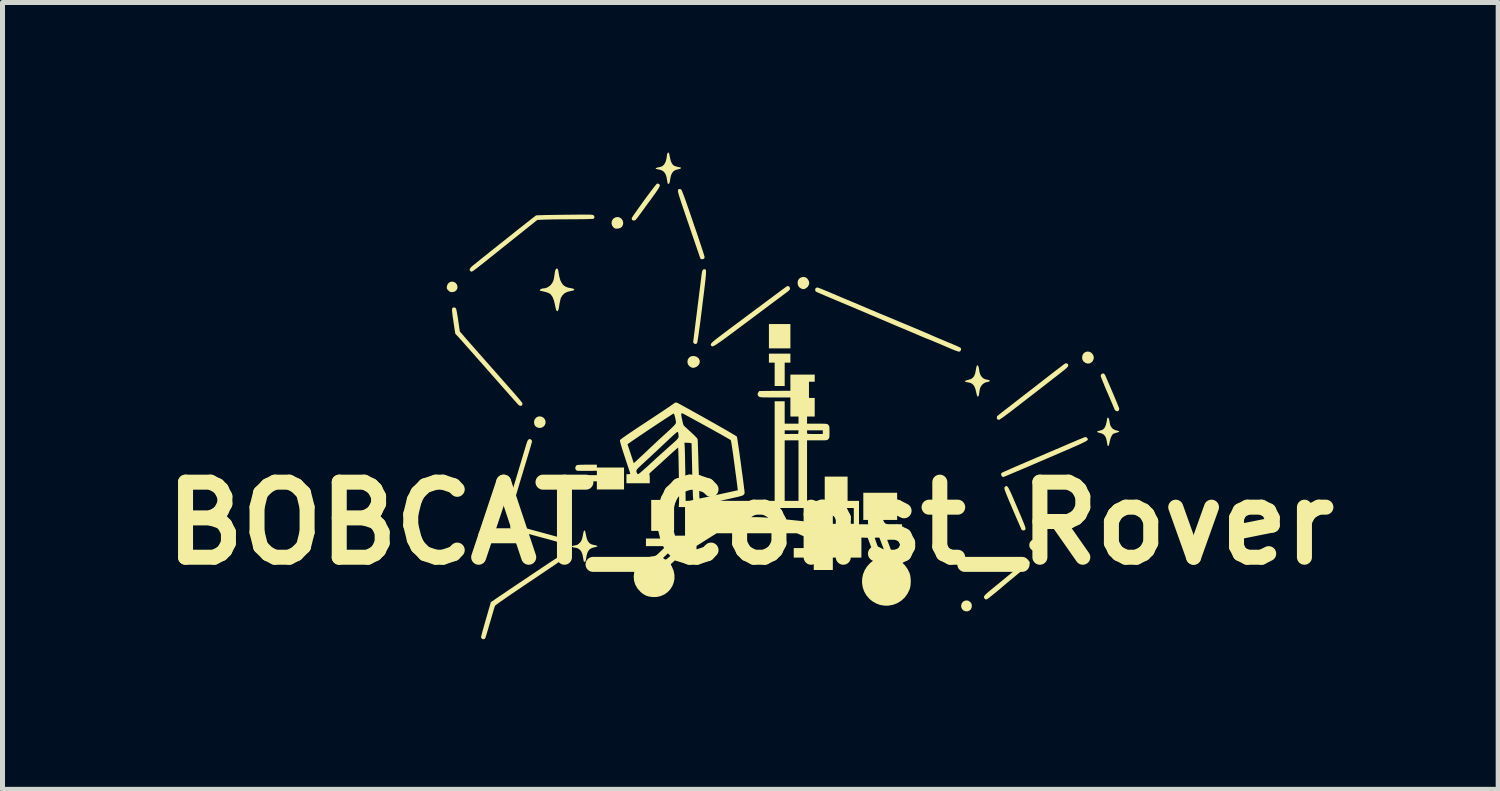
<source format=kicad_pcb>
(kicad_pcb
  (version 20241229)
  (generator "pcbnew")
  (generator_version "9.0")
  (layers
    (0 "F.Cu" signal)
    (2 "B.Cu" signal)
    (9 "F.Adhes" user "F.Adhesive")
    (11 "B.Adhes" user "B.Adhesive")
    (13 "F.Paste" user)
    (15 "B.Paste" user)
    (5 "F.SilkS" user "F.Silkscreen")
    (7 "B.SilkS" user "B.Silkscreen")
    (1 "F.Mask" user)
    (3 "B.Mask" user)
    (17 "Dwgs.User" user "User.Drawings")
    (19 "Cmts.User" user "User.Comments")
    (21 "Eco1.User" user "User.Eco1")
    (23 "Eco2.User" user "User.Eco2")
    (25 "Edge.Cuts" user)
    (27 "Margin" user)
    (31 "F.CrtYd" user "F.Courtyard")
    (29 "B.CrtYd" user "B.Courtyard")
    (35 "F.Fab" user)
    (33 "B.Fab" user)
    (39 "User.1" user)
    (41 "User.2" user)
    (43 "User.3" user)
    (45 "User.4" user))
  (footprint "BOBCAT_Const_Rover"
    (layer "F.Cu")
    (at 11.943 7.406)
    (property "Reference" "BOBCAT_Const_Rover" (at 0 0 0) (layer "F.SilkS") (effects (font (size 1.5 1.5) (thickness 0.3))))
    (attr board_only exclude_from_pos_files exclude_from_bom)
    (fp_poly (pts (xy -1.524 -0.157) (xy -1.524 0.152) (xy -1.752 0.152) (xy -1.981 0.152) (xy -1.981 -0.157) (xy -1.981 -0.467) (xy -1.752 -0.467) (xy -1.524 -0.467)) (stroke (width 0) (type solid)) (fill yes) (layer "F.SilkS"))
    (fp_poly (pts (xy 0.8 -3.738) (xy 0.8 -3.495) (xy 0.586 -3.495) (xy 0.371 -3.495) (xy 0.371 -3.738) (xy 0.371 -3.981) (xy 0.586 -3.981) (xy 0.8 -3.981)) (stroke (width 0) (type solid)) (fill yes) (layer "F.SilkS"))
    (fp_poly (pts (xy 2.933 -0.338) (xy 2.933 -0.067) (xy 2.595 -0.067) (xy 2.257 -0.067) (xy 2.257 -0.338) (xy 2.257 -0.61) (xy 2.595 -0.61) (xy 2.933 -0.61)) (stroke (width 0) (type solid)) (fill yes) (layer "F.SilkS"))
    (fp_poly (pts (xy 0.8 -3.3) (xy 0.8 -3.21) (xy 0.743 -3.21) (xy 0.686 -3.21) (xy 0.686 -2.976) (xy 0.686 -2.743) (xy 0.586 -2.743) (xy 0.486 -2.743) (xy 0.486 -2.976) (xy 0.486 -3.21) (xy 0.429 -3.21) (xy 0.371 -3.21) (xy 0.371 -3.3) (xy 0.371 -3.39) (xy 0.586 -3.39) (xy 0.8 -3.39)) (stroke (width 0) (type solid)) (fill yes) (layer "F.SilkS"))
    (fp_poly (pts (xy 4.362 1.55) (xy 4.394 1.572) (xy 4.417 1.605) (xy 4.425 1.634) (xy 4.423 1.679) (xy 4.407 1.716) (xy 4.379 1.743) (xy 4.343 1.759) (xy 4.303 1.76) (xy 4.261 1.744) (xy 4.261 1.744) (xy 4.231 1.715) (xy 4.214 1.678) (xy 4.212 1.638) (xy 4.225 1.598) (xy 4.247 1.569) (xy 4.284 1.547) (xy 4.323 1.541)) (stroke (width 0) (type solid)) (fill yes) (layer "F.SilkS"))
    (fp_poly (pts (xy -4.161 -2.126) (xy -4.129 -2.105) (xy -4.105 -2.075) (xy -4.092 -2.038) (xy -4.094 -1.995) (xy -4.095 -1.99) (xy -4.115 -1.95) (xy -4.147 -1.922) (xy -4.187 -1.906) (xy -4.23 -1.906) (xy -4.269 -1.92) (xy -4.3 -1.946) (xy -4.318 -1.983) (xy -4.323 -2.025) (xy -4.313 -2.067) (xy -4.302 -2.087) (xy -4.272 -2.118) (xy -4.236 -2.134) (xy -4.198 -2.136)) (stroke (width 0) (type solid)) (fill yes) (layer "F.SilkS"))
    (fp_poly (pts (xy 6.767 -3.429) (xy 6.806 -3.413) (xy 6.83 -3.391) (xy 6.854 -3.353) (xy 6.863 -3.314) (xy 6.857 -3.276) (xy 6.841 -3.241) (xy 6.815 -3.214) (xy 6.782 -3.196) (xy 6.744 -3.191) (xy 6.704 -3.201) (xy 6.689 -3.209) (xy 6.653 -3.238) (xy 6.634 -3.273) (xy 6.629 -3.316) (xy 6.637 -3.36) (xy 6.658 -3.395) (xy 6.69 -3.419) (xy 6.727 -3.431)) (stroke (width 0) (type solid)) (fill yes) (layer "F.SilkS"))
    (fp_poly (pts (xy -2.609 -6.109) (xy -2.576 -6.085) (xy -2.552 -6.051) (xy -2.54 -6.011) (xy -2.544 -5.969) (xy -2.563 -5.929) (xy -2.595 -5.902) (xy -2.64 -5.889) (xy -2.65 -5.888) (xy -2.683 -5.887) (xy -2.704 -5.891) (xy -2.724 -5.903) (xy -2.731 -5.909) (xy -2.76 -5.944) (xy -2.773 -5.985) (xy -2.771 -6.026) (xy -2.755 -6.065) (xy -2.726 -6.096) (xy -2.689 -6.115) (xy -2.647 -6.12)) (stroke (width 0) (type solid)) (fill yes) (layer "F.SilkS"))
    (fp_poly (pts (xy 5.745 0.332) (xy 5.773 0.351) (xy 5.798 0.385) (xy 5.808 0.425) (xy 5.805 0.467) (xy 5.788 0.505) (xy 5.76 0.536) (xy 5.738 0.548) (xy 5.711 0.558) (xy 5.69 0.56) (xy 5.667 0.554) (xy 5.642 0.544) (xy 5.605 0.517) (xy 5.581 0.481) (xy 5.573 0.439) (xy 5.58 0.395) (xy 5.591 0.373) (xy 5.621 0.34) (xy 5.659 0.322) (xy 5.702 0.319)) (stroke (width 0) (type solid)) (fill yes) (layer "F.SilkS"))
    (fp_poly (pts (xy -1.103 -3.338) (xy -1.066 -3.322) (xy -1.035 -3.297) (xy -1.015 -3.262) (xy -1.01 -3.228) (xy -1.018 -3.19) (xy -1.041 -3.154) (xy -1.075 -3.127) (xy -1.103 -3.115) (xy -1.132 -3.107) (xy -1.151 -3.106) (xy -1.17 -3.112) (xy -1.187 -3.118) (xy -1.224 -3.144) (xy -1.248 -3.18) (xy -1.258 -3.223) (xy -1.251 -3.268) (xy -1.243 -3.285) (xy -1.217 -3.317) (xy -1.183 -3.337) (xy -1.143 -3.343)) (stroke (width 0) (type solid)) (fill yes) (layer "F.SilkS"))
    (fp_poly (pts (xy -5.921 -4.822) (xy -5.888 -4.802) (xy -5.862 -4.767) (xy -5.862 -4.766) (xy -5.851 -4.724) (xy -5.857 -4.685) (xy -5.878 -4.652) (xy -5.91 -4.629) (xy -5.953 -4.619) (xy -5.959 -4.619) (xy -5.989 -4.621) (xy -6.011 -4.631) (xy -6.035 -4.653) (xy -6.035 -4.653) (xy -6.056 -4.675) (xy -6.065 -4.693) (xy -6.066 -4.715) (xy -6.064 -4.731) (xy -6.051 -4.773) (xy -6.027 -4.804) (xy -5.995 -4.823) (xy -5.958 -4.829)) (stroke (width 0) (type solid)) (fill yes) (layer "F.SilkS"))
    (fp_poly (pts (xy 1.095 -4.918) (xy 1.132 -4.896) (xy 1.16 -4.858) (xy 1.163 -4.852) (xy 1.174 -4.821) (xy 1.176 -4.796) (xy 1.172 -4.773) (xy 1.151 -4.73) (xy 1.115 -4.698) (xy 1.092 -4.686) (xy 1.072 -4.679) (xy 1.058 -4.678) (xy 1.04 -4.682) (xy 1.019 -4.689) (xy 0.983 -4.71) (xy 0.958 -4.742) (xy 0.946 -4.781) (xy 0.945 -4.822) (xy 0.956 -4.86) (xy 0.981 -4.893) (xy 1.006 -4.909) (xy 1.052 -4.923)) (stroke (width 0) (type solid)) (fill yes) (layer "F.SilkS"))
    (fp_poly (pts (xy 7.059 -2.993) (xy 7.075 -2.981) (xy 7.09 -2.958) (xy 7.093 -2.953) (xy 7.1 -2.937) (xy 7.113 -2.905) (xy 7.133 -2.86) (xy 7.156 -2.805) (xy 7.184 -2.741) (xy 7.214 -2.671) (xy 7.239 -2.613) (xy 7.27 -2.541) (xy 7.298 -2.473) (xy 7.323 -2.412) (xy 7.344 -2.361) (xy 7.36 -2.321) (xy 7.369 -2.294) (xy 7.371 -2.284) (xy 7.364 -2.257) (xy 7.345 -2.241) (xy 7.321 -2.239) (xy 7.296 -2.251) (xy 7.292 -2.256) (xy 7.28 -2.271) (xy 7.276 -2.279) (xy 7.273 -2.288) (xy 7.262 -2.314) (xy 7.246 -2.352) (xy 7.224 -2.403) (xy 7.199 -2.462) (xy 7.17 -2.53) (xy 7.138 -2.603) (xy 7.138 -2.603) (xy 7.106 -2.677) (xy 7.077 -2.746) (xy 7.052 -2.809) (xy 7.03 -2.862) (xy 7.014 -2.904) (xy 7.003 -2.933) (xy 7 -2.946) (xy 7.008 -2.971) (xy 7.028 -2.989) (xy 7.054 -2.994)) (stroke (width 0) (type solid)) (fill yes) (layer "F.SilkS"))
    (fp_poly (pts (xy -1.829 -6.781) (xy -1.816 -6.772) (xy -1.81 -6.76) (xy -1.81 -6.744) (xy -1.818 -6.721) (xy -1.835 -6.691) (xy -1.861 -6.65) (xy -1.896 -6.599) (xy -1.943 -6.534) (xy -1.944 -6.532) (xy -1.989 -6.47) (xy -2.038 -6.404) (xy -2.086 -6.339) (xy -2.13 -6.278) (xy -2.167 -6.227) (xy -2.174 -6.217) (xy -2.207 -6.172) (xy -2.237 -6.132) (xy -2.262 -6.099) (xy -2.28 -6.076) (xy -2.287 -6.067) (xy -2.312 -6.051) (xy -2.338 -6.049) (xy -2.361 -6.06) (xy -2.362 -6.062) (xy -2.37 -6.082) (xy -2.37 -6.098) (xy -2.363 -6.111) (xy -2.346 -6.137) (xy -2.321 -6.174) (xy -2.289 -6.22) (xy -2.251 -6.274) (xy -2.209 -6.333) (xy -2.164 -6.395) (xy -2.118 -6.459) (xy -2.072 -6.522) (xy -2.027 -6.582) (xy -1.985 -6.639) (xy -1.947 -6.688) (xy -1.914 -6.73) (xy -1.889 -6.761) (xy -1.873 -6.781) (xy -1.866 -6.786) (xy -1.844 -6.786)) (stroke (width 0) (type solid)) (fill yes) (layer "F.SilkS"))
    (fp_poly (pts (xy 5.126 -0.742) (xy 5.137 -0.733) (xy 5.149 -0.718) (xy 5.164 -0.693) (xy 5.181 -0.659) (xy 5.203 -0.614) (xy 5.229 -0.556) (xy 5.26 -0.484) (xy 5.297 -0.397) (xy 5.332 -0.315) (xy 5.373 -0.219) (xy 5.408 -0.138) (xy 5.435 -0.072) (xy 5.457 -0.018) (xy 5.474 0.024) (xy 5.486 0.056) (xy 5.493 0.08) (xy 5.498 0.097) (xy 5.499 0.109) (xy 5.498 0.117) (xy 5.497 0.119) (xy 5.481 0.138) (xy 5.459 0.143) (xy 5.435 0.139) (xy 5.422 0.131) (xy 5.416 0.12) (xy 5.404 0.093) (xy 5.386 0.053) (xy 5.363 -0.000156) (xy 5.335 -0.063) (xy 5.304 -0.135) (xy 5.27 -0.214) (xy 5.238 -0.289) (xy 5.197 -0.386) (xy 5.162 -0.467) (xy 5.135 -0.533) (xy 5.113 -0.587) (xy 5.097 -0.629) (xy 5.085 -0.662) (xy 5.079 -0.686) (xy 5.076 -0.703) (xy 5.078 -0.716) (xy 5.082 -0.724) (xy 5.089 -0.731) (xy 5.098 -0.737) (xy 5.107 -0.742) (xy 5.117 -0.744)) (stroke (width 0) (type solid)) (fill yes) (layer "F.SilkS"))
    (fp_poly (pts (xy -3.067 -1.143) (xy -3.067 -1.114) (xy -2.795 -1.114) (xy -2.524 -1.114) (xy -2.524 -0.895) (xy -2.524 -0.676) (xy -2.795 -0.676) (xy -3.067 -0.676) (xy -3.067 -0.758) (xy -3.067 -0.839) (xy -3.26 -0.838) (xy -3.319 -0.837) (xy -3.373 -0.838) (xy -3.417 -0.839) (xy -3.45 -0.84) (xy -3.467 -0.842) (xy -3.468 -0.842) (xy -3.488 -0.86) (xy -3.498 -0.886) (xy -3.495 -0.915) (xy -3.482 -0.94) (xy -3.468 -0.952) (xy -3.451 -0.955) (xy -3.418 -0.958) (xy -3.369 -0.96) (xy -3.308 -0.962) (xy -3.258 -0.962) (xy -3.067 -0.962) (xy -3.067 -1.005) (xy -3.067 -1.049) (xy -3.26 -1.047) (xy -3.319 -1.047) (xy -3.373 -1.047) (xy -3.417 -1.048) (xy -3.45 -1.05) (xy -3.467 -1.052) (xy -3.468 -1.052) (xy -3.488 -1.069) (xy -3.498 -1.096) (xy -3.495 -1.125) (xy -3.482 -1.15) (xy -3.468 -1.161) (xy -3.451 -1.165) (xy -3.418 -1.168) (xy -3.369 -1.17) (xy -3.308 -1.171) (xy -3.258 -1.171) (xy -3.067 -1.171)) (stroke (width 0) (type solid)) (fill yes) (layer "F.SilkS"))
    (fp_poly (pts (xy 7.159 -2.099) (xy 7.169 -2.072) (xy 7.176 -2.036) (xy 7.188 -1.971) (xy 7.211 -1.922) (xy 7.244 -1.886) (xy 7.29 -1.862) (xy 7.317 -1.855) (xy 7.347 -1.847) (xy 7.367 -1.839) (xy 7.372 -1.833) (xy 7.364 -1.827) (xy 7.342 -1.817) (xy 7.317 -1.81) (xy 7.285 -1.8) (xy 7.261 -1.792) (xy 7.25 -1.787) (xy 7.231 -1.767) (xy 7.212 -1.733) (xy 7.195 -1.689) (xy 7.182 -1.639) (xy 7.179 -1.625) (xy 7.17 -1.581) (xy 7.16 -1.553) (xy 7.15 -1.543) (xy 7.14 -1.549) (xy 7.136 -1.562) (xy 7.131 -1.588) (xy 7.125 -1.622) (xy 7.125 -1.627) (xy 7.111 -1.69) (xy 7.091 -1.737) (xy 7.064 -1.771) (xy 7.026 -1.793) (xy 6.983 -1.805) (xy 6.948 -1.815) (xy 6.93 -1.825) (xy 6.931 -1.835) (xy 6.95 -1.844) (xy 6.974 -1.849) (xy 7.022 -1.862) (xy 7.059 -1.885) (xy 7.086 -1.921) (xy 7.106 -1.971) (xy 7.119 -2.029) (xy 7.125 -2.065) (xy 7.131 -2.094) (xy 7.136 -2.11) (xy 7.137 -2.111) (xy 7.148 -2.113)) (stroke (width 0) (type solid)) (fill yes) (layer "F.SilkS"))
    (fp_poly (pts (xy -4.731 0.036) (xy -4.706 0.041) (xy -4.671 0.049) (xy -4.625 0.061) (xy -4.566 0.077) (xy -4.49 0.097) (xy -4.464 0.104) (xy -4.382 0.127) (xy -4.297 0.15) (xy -4.212 0.173) (xy -4.131 0.195) (xy -4.061 0.214) (xy -4.004 0.229) (xy -4.002 0.23) (xy -3.93 0.25) (xy -3.875 0.265) (xy -3.835 0.278) (xy -3.807 0.287) (xy -3.79 0.295) (xy -3.782 0.302) (xy -3.781 0.306) (xy -3.778 0.32) (xy -3.776 0.327) (xy -3.777 0.345) (xy -3.793 0.361) (xy -3.819 0.37) (xy -3.832 0.371) (xy -3.855 0.37) (xy -3.867 0.368) (xy -3.867 0.368) (xy -3.877 0.364) (xy -3.904 0.357) (xy -3.945 0.345) (xy -3.998 0.33) (xy -4.063 0.312) (xy -4.136 0.293) (xy -4.216 0.271) (xy -4.301 0.248) (xy -4.39 0.224) (xy -4.479 0.2) (xy -4.568 0.176) (xy -4.608 0.166) (xy -4.661 0.151) (xy -4.709 0.137) (xy -4.747 0.124) (xy -4.773 0.114) (xy -4.782 0.108) (xy -4.798 0.085) (xy -4.795 0.061) (xy -4.776 0.042) (xy -4.769 0.038) (xy -4.76 0.035) (xy -4.748 0.035)) (stroke (width 0) (type solid)) (fill yes) (layer "F.SilkS"))
    (fp_poly (pts (xy -1.396 -6.677) (xy -1.381 -6.668) (xy -1.373 -6.654) (xy -1.359 -6.623) (xy -1.34 -6.574) (xy -1.315 -6.509) (xy -1.286 -6.427) (xy -1.252 -6.33) (xy -1.23 -6.267) (xy -1.171 -6.095) (xy -1.119 -5.942) (xy -1.072 -5.806) (xy -1.032 -5.687) (xy -0.998 -5.585) (xy -0.97 -5.5) (xy -0.947 -5.431) (xy -0.931 -5.379) (xy -0.92 -5.342) (xy -0.915 -5.322) (xy -0.914 -5.318) (xy -0.92 -5.297) (xy -0.926 -5.288) (xy -0.943 -5.279) (xy -0.967 -5.277) (xy -0.988 -5.28) (xy -0.995 -5.286) (xy -1 -5.297) (xy -1.01 -5.324) (xy -1.024 -5.364) (xy -1.041 -5.415) (xy -1.062 -5.474) (xy -1.084 -5.539) (xy -1.085 -5.541) (xy -1.106 -5.603) (xy -1.132 -5.681) (xy -1.163 -5.769) (xy -1.196 -5.866) (xy -1.23 -5.967) (xy -1.265 -6.068) (xy -1.299 -6.168) (xy -1.313 -6.21) (xy -1.348 -6.312) (xy -1.377 -6.398) (xy -1.4 -6.469) (xy -1.419 -6.526) (xy -1.432 -6.571) (xy -1.441 -6.606) (xy -1.446 -6.632) (xy -1.447 -6.65) (xy -1.445 -6.663) (xy -1.439 -6.67) (xy -1.431 -6.675) (xy -1.42 -6.679) (xy -1.42 -6.679)) (stroke (width 0) (type solid)) (fill yes) (layer "F.SilkS"))
    (fp_poly (pts (xy 5.564 0.751) (xy 5.579 0.773) (xy 5.581 0.791) (xy 5.579 0.799) (xy 5.573 0.81) (xy 5.561 0.824) (xy 5.542 0.843) (xy 5.514 0.869) (xy 5.477 0.901) (xy 5.429 0.942) (xy 5.368 0.993) (xy 5.314 1.038) (xy 5.253 1.089) (xy 5.195 1.136) (xy 5.144 1.179) (xy 5.101 1.215) (xy 5.067 1.243) (xy 5.045 1.262) (xy 5.035 1.27) (xy 5.019 1.285) (xy 4.992 1.308) (xy 4.957 1.337) (xy 4.917 1.37) (xy 4.875 1.404) (xy 4.834 1.437) (xy 4.796 1.467) (xy 4.766 1.491) (xy 4.744 1.507) (xy 4.736 1.513) (xy 4.713 1.522) (xy 4.697 1.52) (xy 4.682 1.506) (xy 4.672 1.493) (xy 4.667 1.48) (xy 4.668 1.466) (xy 4.677 1.449) (xy 4.696 1.427) (xy 4.724 1.4) (xy 4.764 1.365) (xy 4.817 1.321) (xy 4.865 1.282) (xy 4.917 1.239) (xy 4.98 1.188) (xy 5.05 1.13) (xy 5.123 1.07) (xy 5.197 1.009) (xy 5.266 0.952) (xy 5.276 0.944) (xy 5.343 0.889) (xy 5.402 0.841) (xy 5.453 0.801) (xy 5.493 0.771) (xy 5.521 0.752) (xy 5.537 0.743) (xy 5.538 0.743)) (stroke (width 0) (type solid)) (fill yes) (layer "F.SilkS"))
    (fp_poly (pts (xy -0.909 -5.076) (xy -0.902 -5.075) (xy -0.896 -5.071) (xy -0.891 -5.064) (xy -0.887 -5.052) (xy -0.886 -5.034) (xy -0.886 -5.009) (xy -0.887 -4.975) (xy -0.891 -4.932) (xy -0.896 -4.878) (xy -0.904 -4.811) (xy -0.913 -4.731) (xy -0.924 -4.637) (xy -0.938 -4.527) (xy -0.954 -4.399) (xy -0.962 -4.33) (xy -0.98 -4.188) (xy -0.996 -4.059) (xy -1.011 -3.945) (xy -1.025 -3.847) (xy -1.036 -3.764) (xy -1.046 -3.697) (xy -1.054 -3.648) (xy -1.06 -3.616) (xy -1.063 -3.602) (xy -1.084 -3.584) (xy -1.108 -3.583) (xy -1.128 -3.596) (xy -1.14 -3.611) (xy -1.143 -3.618) (xy -1.142 -3.628) (xy -1.138 -3.656) (xy -1.133 -3.699) (xy -1.126 -3.757) (xy -1.117 -3.827) (xy -1.107 -3.908) (xy -1.096 -3.998) (xy -1.084 -4.096) (xy -1.07 -4.2) (xy -1.066 -4.234) (xy -1.053 -4.343) (xy -1.039 -4.449) (xy -1.027 -4.55) (xy -1.015 -4.643) (xy -1.004 -4.729) (xy -0.995 -4.803) (xy -0.987 -4.864) (xy -0.982 -4.911) (xy -0.978 -4.941) (xy -0.978 -4.944) (xy -0.97 -4.998) (xy -0.962 -5.036) (xy -0.952 -5.059) (xy -0.939 -5.072) (xy -0.921 -5.076) (xy -0.918 -5.076)) (stroke (width 0) (type solid)) (fill yes) (layer "F.SilkS"))
    (fp_poly (pts (xy 4.551 -3.147) (xy 4.561 -3.121) (xy 4.567 -3.092) (xy 4.577 -3.03) (xy 4.59 -2.983) (xy 4.608 -2.946) (xy 4.616 -2.936) (xy 4.648 -2.901) (xy 4.685 -2.88) (xy 4.732 -2.869) (xy 4.736 -2.868) (xy 4.768 -2.861) (xy 4.784 -2.851) (xy 4.784 -2.841) (xy 4.767 -2.831) (xy 4.757 -2.828) (xy 4.726 -2.821) (xy 4.703 -2.815) (xy 4.67 -2.8) (xy 4.636 -2.773) (xy 4.609 -2.738) (xy 4.597 -2.715) (xy 4.587 -2.685) (xy 4.579 -2.645) (xy 4.575 -2.615) (xy 4.568 -2.57) (xy 4.559 -2.541) (xy 4.549 -2.529) (xy 4.536 -2.535) (xy 4.536 -2.535) (xy 4.53 -2.55) (xy 4.522 -2.578) (xy 4.513 -2.615) (xy 4.511 -2.627) (xy 4.494 -2.694) (xy 4.471 -2.745) (xy 4.44 -2.781) (xy 4.401 -2.804) (xy 4.355 -2.815) (xy 4.314 -2.822) (xy 4.291 -2.831) (xy 4.287 -2.841) (xy 4.303 -2.851) (xy 4.337 -2.862) (xy 4.355 -2.866) (xy 4.405 -2.881) (xy 4.443 -2.906) (xy 4.471 -2.941) (xy 4.491 -2.99) (xy 4.504 -3.055) (xy 4.506 -3.063) (xy 4.512 -3.1) (xy 4.519 -3.13) (xy 4.525 -3.148) (xy 4.526 -3.15) (xy 4.539 -3.157)) (stroke (width 0) (type solid)) (fill yes) (layer "F.SilkS"))
    (fp_poly (pts (xy -1.63 -7.406) (xy -1.625 -7.395) (xy -1.618 -7.369) (xy -1.612 -7.335) (xy -1.61 -7.326) (xy -1.595 -7.257) (xy -1.574 -7.202) (xy -1.547 -7.163) (xy -1.537 -7.153) (xy -1.514 -7.141) (xy -1.481 -7.129) (xy -1.459 -7.123) (xy -1.42 -7.115) (xy -1.396 -7.109) (xy -1.386 -7.105) (xy -1.384 -7.099) (xy -1.389 -7.092) (xy -1.39 -7.092) (xy -1.406 -7.082) (xy -1.431 -7.075) (xy -1.437 -7.074) (xy -1.49 -7.061) (xy -1.531 -7.038) (xy -1.562 -7.002) (xy -1.585 -6.952) (xy -1.6 -6.885) (xy -1.602 -6.871) (xy -1.609 -6.828) (xy -1.616 -6.801) (xy -1.623 -6.787) (xy -1.63 -6.783) (xy -1.646 -6.784) (xy -1.651 -6.788) (xy -1.654 -6.8) (xy -1.659 -6.827) (xy -1.665 -6.861) (xy -1.666 -6.87) (xy -1.68 -6.938) (xy -1.702 -6.991) (xy -1.734 -7.029) (xy -1.776 -7.055) (xy -1.817 -7.067) (xy -1.849 -7.073) (xy -1.874 -7.079) (xy -1.885 -7.082) (xy -1.894 -7.089) (xy -1.885 -7.097) (xy -1.862 -7.107) (xy -1.829 -7.114) (xy -1.795 -7.122) (xy -1.766 -7.133) (xy -1.755 -7.138) (xy -1.72 -7.173) (xy -1.693 -7.224) (xy -1.674 -7.293) (xy -1.665 -7.366) (xy -1.658 -7.39) (xy -1.646 -7.405) (xy -1.631 -7.406)) (stroke (width 0) (type solid)) (fill yes) (layer "F.SilkS"))
    (fp_poly (pts (xy 6.321 -3.195) (xy 6.33 -3.192) (xy 6.346 -3.18) (xy 6.351 -3.162) (xy 6.351 -3.15) (xy 6.349 -3.141) (xy 6.344 -3.132) (xy 6.335 -3.12) (xy 6.32 -3.104) (xy 6.297 -3.084) (xy 6.266 -3.058) (xy 6.225 -3.025) (xy 6.172 -2.984) (xy 6.106 -2.932) (xy 6.071 -2.906) (xy 6.006 -2.855) (xy 5.929 -2.795) (xy 5.842 -2.728) (xy 5.75 -2.656) (xy 5.654 -2.582) (xy 5.558 -2.508) (xy 5.465 -2.436) (xy 5.392 -2.379) (xy 5.297 -2.306) (xy 5.213 -2.241) (xy 5.14 -2.186) (xy 5.079 -2.141) (xy 5.03 -2.106) (xy 4.995 -2.082) (xy 4.974 -2.069) (xy 4.968 -2.067) (xy 4.946 -2.072) (xy 4.935 -2.078) (xy 4.925 -2.099) (xy 4.926 -2.125) (xy 4.931 -2.139) (xy 4.94 -2.147) (xy 4.962 -2.166) (xy 4.995 -2.192) (xy 5.036 -2.225) (xy 5.084 -2.262) (xy 5.11 -2.282) (xy 5.272 -2.408) (xy 5.42 -2.523) (xy 5.555 -2.627) (xy 5.676 -2.721) (xy 5.784 -2.805) (xy 5.879 -2.879) (xy 5.963 -2.944) (xy 6.036 -3) (xy 6.098 -3.048) (xy 6.15 -3.088) (xy 6.193 -3.12) (xy 6.226 -3.146) (xy 6.251 -3.165) (xy 6.268 -3.178) (xy 6.278 -3.185) (xy 6.279 -3.185) (xy 6.301 -3.197)) (stroke (width 0) (type solid)) (fill yes) (layer "F.SilkS"))
    (fp_poly (pts (xy -4.393 -1.681) (xy -4.382 -1.672) (xy -4.367 -1.654) (xy -4.362 -1.64) (xy -4.365 -1.627) (xy -4.372 -1.598) (xy -4.383 -1.559) (xy -4.396 -1.512) (xy -4.404 -1.487) (xy -4.435 -1.383) (xy -4.471 -1.264) (xy -4.511 -1.132) (xy -4.553 -0.991) (xy -4.598 -0.843) (xy -4.643 -0.692) (xy -4.686 -0.548) (xy -4.709 -0.472) (xy -4.73 -0.402) (xy -4.75 -0.34) (xy -4.766 -0.288) (xy -4.779 -0.247) (xy -4.789 -0.221) (xy -4.793 -0.212) (xy -4.812 -0.201) (xy -4.837 -0.201) (xy -4.86 -0.211) (xy -4.867 -0.219) (xy -4.869 -0.224) (xy -4.871 -0.228) (xy -4.873 -0.233) (xy -4.872 -0.241) (xy -4.871 -0.253) (xy -4.867 -0.271) (xy -4.861 -0.295) (xy -4.851 -0.328) (xy -4.839 -0.371) (xy -4.823 -0.425) (xy -4.803 -0.491) (xy -4.779 -0.572) (xy -4.75 -0.669) (xy -4.722 -0.762) (xy -4.693 -0.857) (xy -4.664 -0.954) (xy -4.636 -1.047) (xy -4.61 -1.136) (xy -4.585 -1.217) (xy -4.564 -1.287) (xy -4.547 -1.344) (xy -4.538 -1.376) (xy -4.514 -1.456) (xy -4.495 -1.519) (xy -4.48 -1.568) (xy -4.469 -1.604) (xy -4.46 -1.63) (xy -4.452 -1.648) (xy -4.446 -1.66) (xy -4.44 -1.667) (xy -4.433 -1.672) (xy -4.427 -1.676) (xy -4.407 -1.684)) (stroke (width 0) (type solid)) (fill yes) (layer "F.SilkS"))
    (fp_poly (pts (xy -3.852 -5.085) (xy -3.841 -5.06) (xy -3.834 -5.026) (xy -3.819 -4.936) (xy -3.799 -4.863) (xy -3.772 -4.805) (xy -3.739 -4.761) (xy -3.696 -4.73) (xy -3.644 -4.709) (xy -3.59 -4.699) (xy -3.549 -4.691) (xy -3.525 -4.68) (xy -3.518 -4.668) (xy -3.53 -4.656) (xy -3.559 -4.646) (xy -3.579 -4.643) (xy -3.651 -4.626) (xy -3.708 -4.599) (xy -3.752 -4.559) (xy -3.781 -4.513) (xy -3.791 -4.489) (xy -3.8 -4.45) (xy -3.81 -4.405) (xy -3.816 -4.369) (xy -3.825 -4.311) (xy -3.834 -4.271) (xy -3.844 -4.247) (xy -3.854 -4.238) (xy -3.867 -4.243) (xy -3.875 -4.251) (xy -3.881 -4.265) (xy -3.889 -4.294) (xy -3.898 -4.332) (xy -3.904 -4.365) (xy -3.924 -4.449) (xy -3.949 -4.515) (xy -3.981 -4.564) (xy -4.005 -4.587) (xy -4.036 -4.603) (xy -4.085 -4.62) (xy -4.151 -4.636) (xy -4.188 -4.644) (xy -4.206 -4.651) (xy -4.208 -4.662) (xy -4.197 -4.673) (xy -4.177 -4.684) (xy -4.149 -4.692) (xy -4.117 -4.695) (xy -4.081 -4.702) (xy -4.041 -4.721) (xy -4.004 -4.748) (xy -3.982 -4.77) (xy -3.958 -4.804) (xy -3.94 -4.839) (xy -3.927 -4.88) (xy -3.918 -4.932) (xy -3.913 -4.969) (xy -3.905 -5.022) (xy -3.896 -5.059) (xy -3.885 -5.079) (xy -3.885 -5.08) (xy -3.867 -5.092)) (stroke (width 0) (type solid)) (fill yes) (layer "F.SilkS"))
    (fp_poly (pts (xy -3.308 0.147) (xy -3.298 0.171) (xy -3.288 0.214) (xy -3.283 0.242) (xy -3.267 0.309) (xy -3.245 0.359) (xy -3.217 0.395) (xy -3.179 0.419) (xy -3.13 0.433) (xy -3.128 0.433) (xy -3.091 0.44) (xy -3.068 0.447) (xy -3.059 0.453) (xy -3.057 0.458) (xy -3.065 0.466) (xy -3.083 0.472) (xy -3.13 0.483) (xy -3.162 0.493) (xy -3.185 0.503) (xy -3.204 0.516) (xy -3.208 0.519) (xy -3.235 0.549) (xy -3.256 0.589) (xy -3.271 0.642) (xy -3.279 0.689) (xy -3.286 0.73) (xy -3.293 0.755) (xy -3.301 0.767) (xy -3.306 0.769) (xy -3.322 0.768) (xy -3.327 0.765) (xy -3.33 0.752) (xy -3.336 0.726) (xy -3.341 0.692) (xy -3.342 0.687) (xy -3.356 0.62) (xy -3.375 0.57) (xy -3.402 0.533) (xy -3.436 0.507) (xy -3.451 0.5) (xy -3.482 0.49) (xy -3.51 0.486) (xy -3.512 0.486) (xy -3.539 0.481) (xy -3.557 0.472) (xy -3.567 0.464) (xy -3.565 0.458) (xy -3.547 0.451) (xy -3.538 0.449) (xy -3.51 0.442) (xy -3.489 0.438) (xy -3.486 0.438) (xy -3.46 0.431) (xy -3.431 0.411) (xy -3.402 0.384) (xy -3.386 0.363) (xy -3.367 0.326) (xy -3.353 0.274) (xy -3.347 0.242) (xy -3.337 0.19) (xy -3.328 0.157) (xy -3.318 0.142)) (stroke (width 0) (type solid)) (fill yes) (layer "F.SilkS"))
    (fp_poly (pts (xy 6.717 -1.717) (xy 6.735 -1.7) (xy 6.743 -1.681) (xy 6.743 -1.676) (xy 6.742 -1.671) (xy 6.739 -1.665) (xy 6.733 -1.659) (xy 6.725 -1.652) (xy 6.712 -1.644) (xy 6.694 -1.633) (xy 6.67 -1.621) (xy 6.64 -1.606) (xy 6.602 -1.588) (xy 6.556 -1.567) (xy 6.501 -1.542) (xy 6.436 -1.514) (xy 6.36 -1.48) (xy 6.272 -1.443) (xy 6.173 -1.4) (xy 6.06 -1.351) (xy 5.933 -1.297) (xy 5.791 -1.236) (xy 5.633 -1.168) (xy 5.459 -1.094) (xy 5.409 -1.073) (xy 5.332 -1.04) (xy 5.261 -1.01) (xy 5.197 -0.983) (xy 5.142 -0.96) (xy 5.099 -0.942) (xy 5.068 -0.93) (xy 5.052 -0.924) (xy 5.051 -0.924) (xy 5.037 -0.93) (xy 5.025 -0.941) (xy 5.012 -0.966) (xy 5.011 -0.991) (xy 5.021 -1.007) (xy 5.033 -1.013) (xy 5.06 -1.026) (xy 5.103 -1.045) (xy 5.16 -1.07) (xy 5.229 -1.101) (xy 5.309 -1.136) (xy 5.399 -1.175) (xy 5.498 -1.217) (xy 5.605 -1.263) (xy 5.718 -1.312) (xy 5.836 -1.362) (xy 5.952 -1.412) (xy 6.026 -1.443) (xy 6.112 -1.48) (xy 6.204 -1.519) (xy 6.296 -1.559) (xy 6.382 -1.596) (xy 6.427 -1.615) (xy 6.493 -1.643) (xy 6.553 -1.669) (xy 6.605 -1.69) (xy 6.648 -1.707) (xy 6.679 -1.719) (xy 6.695 -1.724) (xy 6.696 -1.724)) (stroke (width 0) (type solid)) (fill yes) (layer "F.SilkS"))
    (fp_poly (pts (xy 0.774 -4.731) (xy 0.789 -4.711) (xy 0.793 -4.687) (xy 0.789 -4.671) (xy 0.778 -4.658) (xy 0.755 -4.637) (xy 0.723 -4.612) (xy 0.692 -4.589) (xy 0.671 -4.573) (xy 0.636 -4.547) (xy 0.589 -4.512) (xy 0.53 -4.468) (xy 0.461 -4.417) (xy 0.383 -4.359) (xy 0.298 -4.295) (xy 0.207 -4.227) (xy 0.111 -4.155) (xy 0.011 -4.08) (xy -0.057 -4.029) (xy -0.176 -3.941) (xy -0.28 -3.863) (xy -0.371 -3.795) (xy -0.449 -3.737) (xy -0.517 -3.687) (xy -0.573 -3.646) (xy -0.621 -3.613) (xy -0.66 -3.586) (xy -0.691 -3.566) (xy -0.716 -3.551) (xy -0.735 -3.542) (xy -0.75 -3.537) (xy -0.76 -3.535) (xy -0.768 -3.537) (xy -0.775 -3.541) (xy -0.78 -3.547) (xy -0.781 -3.547) (xy -0.788 -3.559) (xy -0.791 -3.571) (xy -0.786 -3.585) (xy -0.774 -3.602) (xy -0.752 -3.624) (xy -0.72 -3.652) (xy -0.675 -3.688) (xy -0.617 -3.732) (xy -0.584 -3.757) (xy -0.542 -3.789) (xy -0.489 -3.829) (xy -0.427 -3.876) (xy -0.357 -3.928) (xy -0.28 -3.985) (xy -0.198 -4.046) (xy -0.113 -4.11) (xy -0.025 -4.176) (xy 0.064 -4.242) (xy 0.153 -4.308) (xy 0.24 -4.373) (xy 0.324 -4.436) (xy 0.404 -4.495) (xy 0.478 -4.55) (xy 0.545 -4.6) (xy 0.604 -4.644) (xy 0.653 -4.68) (xy 0.692 -4.709) (xy 0.717 -4.727) (xy 0.729 -4.736) (xy 0.73 -4.736) (xy 0.753 -4.741)) (stroke (width 0) (type solid)) (fill yes) (layer "F.SilkS"))
    (fp_poly (pts (xy -5.903 -4.31) (xy -5.882 -4.293) (xy -5.882 -4.293) (xy -5.877 -4.278) (xy -5.87 -4.246) (xy -5.861 -4.202) (xy -5.852 -4.148) (xy -5.842 -4.087) (xy -5.837 -4.052) (xy -5.805 -3.833) (xy -5.71 -3.723) (xy -5.676 -3.684) (xy -5.633 -3.635) (xy -5.583 -3.578) (xy -5.53 -3.518) (xy -5.477 -3.457) (xy -5.443 -3.419) (xy -5.39 -3.359) (xy -5.333 -3.295) (xy -5.277 -3.231) (xy -5.224 -3.171) (xy -5.179 -3.12) (xy -5.157 -3.095) (xy -5.123 -3.057) (xy -5.079 -3.007) (xy -5.027 -2.948) (xy -4.97 -2.883) (xy -4.91 -2.815) (xy -4.849 -2.746) (xy -4.805 -2.696) (xy -4.751 -2.635) (xy -4.7 -2.577) (xy -4.656 -2.525) (xy -4.617 -2.48) (xy -4.587 -2.443) (xy -4.567 -2.418) (xy -4.558 -2.404) (xy -4.558 -2.404) (xy -4.554 -2.376) (xy -4.564 -2.356) (xy -4.584 -2.346) (xy -4.609 -2.35) (xy -4.631 -2.364) (xy -4.641 -2.374) (xy -4.662 -2.398) (xy -4.694 -2.433) (xy -4.736 -2.48) (xy -4.787 -2.537) (xy -4.845 -2.603) (xy -4.911 -2.677) (xy -4.983 -2.759) (xy -5.059 -2.846) (xy -5.14 -2.937) (xy -5.224 -3.033) (xy -5.229 -3.038) (xy -5.314 -3.135) (xy -5.396 -3.228) (xy -5.475 -3.317) (xy -5.548 -3.4) (xy -5.616 -3.477) (xy -5.678 -3.547) (xy -5.731 -3.607) (xy -5.776 -3.658) (xy -5.812 -3.697) (xy -5.836 -3.725) (xy -5.85 -3.739) (xy -5.85 -3.739) (xy -5.896 -3.788) (xy -5.929 -4.005) (xy -5.941 -4.087) (xy -5.95 -4.151) (xy -5.956 -4.201) (xy -5.96 -4.239) (xy -5.961 -4.266) (xy -5.959 -4.284) (xy -5.955 -4.296) (xy -5.95 -4.303) (xy -5.928 -4.314)) (stroke (width 0) (type solid)) (fill yes) (layer "F.SilkS"))
    (fp_poly (pts (xy -3.75 0.635) (xy -3.748 0.636) (xy -3.73 0.654) (xy -3.723 0.679) (xy -3.73 0.704) (xy -3.739 0.716) (xy -3.75 0.723) (xy -3.774 0.74) (xy -3.813 0.766) (xy -3.863 0.8) (xy -3.924 0.842) (xy -3.996 0.89) (xy -4.076 0.944) (xy -4.164 1.003) (xy -4.257 1.066) (xy -4.356 1.133) (xy -4.423 1.177) (xy -4.549 1.262) (xy -4.663 1.34) (xy -4.766 1.409) (xy -4.856 1.471) (xy -4.932 1.524) (xy -4.996 1.568) (xy -5.045 1.604) (xy -5.079 1.629) (xy -5.098 1.645) (xy -5.102 1.649) (xy -5.107 1.664) (xy -5.117 1.694) (xy -5.131 1.739) (xy -5.147 1.794) (xy -5.166 1.858) (xy -5.187 1.929) (xy -5.199 1.972) (xy -5.221 2.045) (xy -5.24 2.113) (xy -5.258 2.173) (xy -5.273 2.224) (xy -5.285 2.262) (xy -5.292 2.285) (xy -5.294 2.292) (xy -5.312 2.312) (xy -5.337 2.317) (xy -5.361 2.308) (xy -5.377 2.29) (xy -5.381 2.275) (xy -5.378 2.26) (xy -5.37 2.227) (xy -5.357 2.176) (xy -5.338 2.11) (xy -5.315 2.027) (xy -5.287 1.928) (xy -5.254 1.815) (xy -5.221 1.7) (xy -5.185 1.576) (xy -5.109 1.524) (xy -5.089 1.51) (xy -5.055 1.487) (xy -5.007 1.454) (xy -4.948 1.415) (xy -4.879 1.368) (xy -4.801 1.315) (xy -4.715 1.257) (xy -4.623 1.196) (xy -4.526 1.131) (xy -4.426 1.064) (xy -4.403 1.048) (xy -4.288 0.971) (xy -4.188 0.904) (xy -4.101 0.846) (xy -4.027 0.797) (xy -3.965 0.756) (xy -3.913 0.722) (xy -3.871 0.695) (xy -3.837 0.674) (xy -3.81 0.658) (xy -3.79 0.647) (xy -3.775 0.64) (xy -3.764 0.636) (xy -3.756 0.634)) (stroke (width 0) (type solid)) (fill yes) (layer "F.SilkS"))
    (fp_poly (pts (xy -3.281 -6.168) (xy -3.237 -6.168) (xy -3.202 -6.167) (xy -3.177 -6.165) (xy -3.159 -6.163) (xy -3.146 -6.161) (xy -3.138 -6.158) (xy -3.135 -6.157) (xy -3.119 -6.136) (xy -3.115 -6.112) (xy -3.125 -6.092) (xy -3.133 -6.086) (xy -3.147 -6.083) (xy -3.18 -6.081) (xy -3.231 -6.079) (xy -3.298 -6.077) (xy -3.382 -6.076) (xy -3.48 -6.075) (xy -3.549 -6.075) (xy -3.642 -6.074) (xy -3.735 -6.074) (xy -3.825 -6.073) (xy -3.909 -6.072) (xy -3.984 -6.071) (xy -4.047 -6.069) (xy -4.095 -6.068) (xy -4.102 -6.068) (xy -4.256 -6.062) (xy -4.859 -5.58) (xy -4.977 -5.486) (xy -5.081 -5.402) (xy -5.173 -5.329) (xy -5.252 -5.266) (xy -5.319 -5.212) (xy -5.377 -5.167) (xy -5.425 -5.129) (xy -5.464 -5.099) (xy -5.496 -5.075) (xy -5.521 -5.056) (xy -5.54 -5.043) (xy -5.555 -5.034) (xy -5.565 -5.029) (xy -5.573 -5.027) (xy -5.578 -5.028) (xy -5.582 -5.03) (xy -5.586 -5.033) (xy -5.59 -5.037) (xy -5.593 -5.039) (xy -5.609 -5.057) (xy -5.607 -5.08) (xy -5.589 -5.109) (xy -5.564 -5.133) (xy -5.541 -5.152) (xy -5.505 -5.181) (xy -5.459 -5.219) (xy -5.403 -5.264) (xy -5.338 -5.316) (xy -5.267 -5.372) (xy -5.191 -5.434) (xy -5.11 -5.498) (xy -5.026 -5.565) (xy -4.941 -5.632) (xy -4.856 -5.7) (xy -4.771 -5.767) (xy -4.69 -5.832) (xy -4.612 -5.894) (xy -4.539 -5.951) (xy -4.472 -6.004) (xy -4.413 -6.05) (xy -4.364 -6.089) (xy -4.324 -6.119) (xy -4.297 -6.14) (xy -4.283 -6.151) (xy -4.281 -6.152) (xy -4.268 -6.153) (xy -4.238 -6.155) (xy -4.192 -6.156) (xy -4.133 -6.158) (xy -4.062 -6.16) (xy -3.98 -6.161) (xy -3.889 -6.163) (xy -3.792 -6.164) (xy -3.709 -6.165) (xy -3.591 -6.166) (xy -3.491 -6.167) (xy -3.407 -6.168) (xy -3.338 -6.168)) (stroke (width 0) (type solid)) (fill yes) (layer "F.SilkS"))
    (fp_poly (pts (xy 1.34 -4.711) (xy 1.351 -4.708) (xy 1.367 -4.703) (xy 1.389 -4.695) (xy 1.418 -4.684) (xy 1.456 -4.668) (xy 1.504 -4.648) (xy 1.564 -4.624) (xy 1.635 -4.593) (xy 1.721 -4.557) (xy 1.822 -4.514) (xy 1.924 -4.471) (xy 2.048 -4.419) (xy 2.167 -4.369) (xy 2.277 -4.322) (xy 2.378 -4.279) (xy 2.468 -4.242) (xy 2.544 -4.209) (xy 2.607 -4.183) (xy 2.643 -4.168) (xy 2.685 -4.151) (xy 2.738 -4.129) (xy 2.804 -4.101) (xy 2.882 -4.069) (xy 2.973 -4.03) (xy 3.08 -3.986) (xy 3.203 -3.935) (xy 3.324 -3.884) (xy 3.385 -3.858) (xy 3.449 -3.831) (xy 3.51 -3.805) (xy 3.563 -3.782) (xy 3.586 -3.772) (xy 3.627 -3.754) (xy 3.68 -3.731) (xy 3.743 -3.704) (xy 3.81 -3.676) (xy 3.877 -3.648) (xy 3.895 -3.64) (xy 3.978 -3.605) (xy 4.044 -3.578) (xy 4.097 -3.555) (xy 4.137 -3.538) (xy 4.166 -3.524) (xy 4.186 -3.514) (xy 4.199 -3.505) (xy 4.206 -3.499) (xy 4.209 -3.492) (xy 4.21 -3.485) (xy 4.21 -3.479) (xy 4.203 -3.448) (xy 4.184 -3.432) (xy 4.167 -3.429) (xy 4.151 -3.433) (xy 4.122 -3.443) (xy 4.083 -3.457) (xy 4.039 -3.475) (xy 4.033 -3.477) (xy 3.988 -3.496) (xy 3.93 -3.521) (xy 3.864 -3.549) (xy 3.797 -3.578) (xy 3.732 -3.605) (xy 3.676 -3.629) (xy 3.626 -3.65) (xy 3.585 -3.667) (xy 3.555 -3.679) (xy 3.54 -3.685) (xy 3.538 -3.686) (xy 3.527 -3.689) (xy 3.502 -3.699) (xy 3.464 -3.715) (xy 3.416 -3.735) (xy 3.36 -3.759) (xy 3.311 -3.78) (xy 3.245 -3.808) (xy 3.18 -3.836) (xy 3.119 -3.861) (xy 3.067 -3.884) (xy 3.026 -3.9) (xy 3.01 -3.907) (xy 2.97 -3.924) (xy 2.919 -3.945) (xy 2.863 -3.969) (xy 2.807 -3.993) (xy 2.795 -3.998) (xy 2.749 -4.018) (xy 2.69 -4.043) (xy 2.621 -4.072) (xy 2.547 -4.104) (xy 2.472 -4.136) (xy 2.414 -4.16) (xy 2.282 -4.216) (xy 2.165 -4.265) (xy 2.062 -4.309) (xy 1.971 -4.347) (xy 1.891 -4.381) (xy 1.819 -4.411) (xy 1.755 -4.438) (xy 1.695 -4.463) (xy 1.639 -4.487) (xy 1.585 -4.51) (xy 1.53 -4.533) (xy 1.529 -4.533) (xy 1.469 -4.559) (xy 1.415 -4.582) (xy 1.369 -4.602) (xy 1.334 -4.617) (xy 1.313 -4.628) (xy 1.307 -4.631) (xy 1.298 -4.647) (xy 1.295 -4.668) (xy 1.301 -4.693) (xy 1.319 -4.706) (xy 1.323 -4.709) (xy 1.328 -4.71) (xy 1.333 -4.711)) (stroke (width 0) (type solid)) (fill yes) (layer "F.SilkS"))
    (fp_poly (pts (xy 1.286 -2.9) (xy 1.286 -2.829) (xy 1.229 -2.829) (xy 1.171 -2.829) (xy 1.171 -2.667) (xy 1.171 -2.505) (xy 1.229 -2.505) (xy 1.286 -2.505) (xy 1.286 -2.319) (xy 1.286 -2.133) (xy 1.21 -2.133) (xy 1.133 -2.133) (xy 1.133 -2.062) (xy 1.133 -1.99) (xy 1.334 -1.99) (xy 1.4 -1.99) (xy 1.451 -1.99) (xy 1.487 -1.989) (xy 1.513 -1.987) (xy 1.53 -1.985) (xy 1.541 -1.98) (xy 1.55 -1.974) (xy 1.558 -1.967) (xy 1.567 -1.956) (xy 1.574 -1.945) (xy 1.578 -1.929) (xy 1.58 -1.904) (xy 1.581 -1.867) (xy 1.581 -1.824) (xy 1.581 -1.774) (xy 1.58 -1.739) (xy 1.577 -1.716) (xy 1.573 -1.701) (xy 1.566 -1.69) (xy 1.558 -1.681) (xy 1.549 -1.673) (xy 1.541 -1.667) (xy 1.529 -1.663) (xy 1.511 -1.66) (xy 1.485 -1.658) (xy 1.448 -1.657) (xy 1.396 -1.657) (xy 1.334 -1.657) (xy 1.133 -1.657) (xy 1.133 -1.052) (xy 1.133 -0.448) (xy 1.31 -0.448) (xy 1.486 -0.448) (xy 1.486 -0.69) (xy 1.486 -0.933) (xy 1.714 -0.933) (xy 1.943 -0.933) (xy 1.943 -0.69) (xy 1.943 -0.448) (xy 2.057 -0.448) (xy 2.171 -0.448) (xy 2.171 -0.214) (xy 2.171 0.019) (xy 2.6 0.019) (xy 3.029 0.019) (xy 3.029 0.152) (xy 3.029 0.286) (xy 2.873 0.286) (xy 2.717 0.286) (xy 2.793 0.488) (xy 2.869 0.69) (xy 2.934 0.722) (xy 3.015 0.771) (xy 3.085 0.835) (xy 3.141 0.913) (xy 3.181 0.995) (xy 3.196 1.05) (xy 3.204 1.115) (xy 3.205 1.185) (xy 3.199 1.252) (xy 3.186 1.31) (xy 3.183 1.319) (xy 3.141 1.406) (xy 3.086 1.482) (xy 3.018 1.545) (xy 2.94 1.594) (xy 2.854 1.628) (xy 2.761 1.645) (xy 2.719 1.647) (xy 2.672 1.644) (xy 2.622 1.637) (xy 2.59 1.63) (xy 2.518 1.604) (xy 2.447 1.564) (xy 2.385 1.516) (xy 2.38 1.511) (xy 2.319 1.44) (xy 2.274 1.362) (xy 2.245 1.278) (xy 2.232 1.191) (xy 2.234 1.104) (xy 2.252 1.018) (xy 2.285 0.936) (xy 2.333 0.861) (xy 2.395 0.793) (xy 2.448 0.752) (xy 2.502 0.715) (xy 2.424 0.503) (xy 2.346 0.293) (xy 2.486 0.293) (xy 2.489 0.304) (xy 2.498 0.329) (xy 2.511 0.368) (xy 2.528 0.415) (xy 2.548 0.47) (xy 2.555 0.489) (xy 2.624 0.677) (xy 2.657 0.672) (xy 2.684 0.668) (xy 2.705 0.667) (xy 2.706 0.667) (xy 2.71 0.664) (xy 2.71 0.653) (xy 2.706 0.633) (xy 2.696 0.602) (xy 2.68 0.557) (xy 2.658 0.497) (xy 2.65 0.476) (xy 2.578 0.286) (xy 2.532 0.286) (xy 2.505 0.287) (xy 2.489 0.29) (xy 2.486 0.293) (xy 2.346 0.293) (xy 2.345 0.29) (xy 2.282 0.288) (xy 2.219 0.285) (xy 2.219 0.485) (xy 2.219 0.686) (xy 1.933 0.686) (xy 1.648 0.686) (xy 1.648 0.81) (xy 1.648 0.933) (xy 1.457 0.933) (xy 1.267 0.933) (xy 1.267 0.81) (xy 1.267 0.686) (xy 1.067 0.686) (xy 0.867 0.686) (xy 0.867 0.59) (xy 0.867 0.495) (xy 1.067 0.495) (xy 1.267 0.495) (xy 1.267 0.42) (xy 1.267 0.345) (xy 1.099 0.273) (xy 0.931 0.2) (xy 0.129 0.2) (xy -0.674 0.2) (xy -0.875 0.326) (xy -1.075 0.452) (xy -1.076 0.531) (xy -1.076 0.61) (xy -1.217 0.61) (xy -1.359 0.61) (xy -1.472 0.711) (xy -1.511 0.745) (xy -1.544 0.775) (xy -1.57 0.798) (xy -1.586 0.812) (xy -1.59 0.815) (xy -1.588 0.825) (xy -1.578 0.846) (xy -1.567 0.868) (xy -1.533 0.948) (xy -1.517 1.029) (xy -1.516 1.109) (xy -1.531 1.185) (xy -1.56 1.257) (xy -1.601 1.321) (xy -1.654 1.377) (xy -1.718 1.422) (xy -1.79 1.454) (xy -1.871 1.472) (xy -1.946 1.474) (xy -2.025 1.464) (xy -2.092 1.442) (xy -2.152 1.406) (xy -2.195 1.37) (xy -2.256 1.302) (xy -2.299 1.227) (xy -2.324 1.146) (xy -2.331 1.062) (xy -2.32 0.976) (xy -2.306 0.93) (xy -2.269 0.853) (xy -2.218 0.787) (xy -2.153 0.733) (xy -2.08 0.694) (xy -1.743 0.694) (xy -1.735 0.702) (xy -1.718 0.714) (xy -1.717 0.715) (xy -1.706 0.721) (xy -1.697 0.724) (xy -1.687 0.723) (xy -1.673 0.715) (xy -1.653 0.7) (xy -1.624 0.675) (xy -1.584 0.639) (xy -1.582 0.638) (xy -1.551 0.608) (xy -1.532 0.586) (xy -1.524 0.568) (xy -1.524 0.56) (xy -1.53 0.537) (xy -1.543 0.528) (xy -1.555 0.529) (xy -1.571 0.537) (xy -1.594 0.554) (xy -1.627 0.582) (xy -1.653 0.605) (xy -1.686 0.637) (xy -1.715 0.664) (xy -1.734 0.683) (xy -1.743 0.694) (xy -1.743 0.694) (xy -2.08 0.694) (xy -2.076 0.692) (xy -1.989 0.666) (xy -1.945 0.659) (xy -1.922 0.656) (xy -1.904 0.652) (xy -1.888 0.644) (xy -1.869 0.631) (xy -1.844 0.61) (xy -1.812 0.579) (xy -1.787 0.555) (xy -1.685 0.457) (xy -1.886 0.457) (xy -2.086 0.457) (xy -2.086 0.381) (xy -2.086 0.305) (xy -1.838 0.305) (xy -1.59 0.305) (xy -1.59 0.276) (xy -1.59 0.248) (xy -1.448 0.248) (xy -1.305 0.248) (xy -1.305 -0.038) (xy -1.305 -0.214) (xy -0.162 -0.214) (xy -0.162 -0.124) (xy 0.055 -0.123) (xy 0.107 -0.123) (xy 0.155 -0.122) (xy 0.202 -0.121) (xy 0.251 -0.118) (xy 0.303 -0.115) (xy 0.361 -0.111) (xy 0.427 -0.105) (xy 0.504 -0.098) (xy 0.594 -0.089) (xy 0.699 -0.078) (xy 0.762 -0.072) (xy 0.857 -0.062) (xy 0.946 -0.053) (xy 1.027 -0.044) (xy 1.099 -0.037) (xy 1.16 -0.031) (xy 1.208 -0.026) (xy 1.241 -0.022) (xy 1.258 -0.02) (xy 1.26 -0.02) (xy 1.262 -0.029) (xy 1.264 -0.053) (xy 1.266 -0.09) (xy 1.267 -0.136) (xy 1.267 -0.148) (xy 1.648 -0.148) (xy 1.648 0.01) (xy 1.857 0.01) (xy 2.067 0.01) (xy 2.067 -0.148) (xy 2.067 -0.305) (xy 1.857 -0.305) (xy 1.648 -0.305) (xy 1.648 -0.148) (xy 1.267 -0.148) (xy 1.267 -0.162) (xy 1.267 -0.305) (xy 0.552 -0.305) (xy -0.162 -0.305) (xy -0.162 -0.214) (xy -1.305 -0.214) (xy -1.305 -0.324) (xy -1.368 -0.324) (xy -1.431 -0.324) (xy -1.425 -0.412) (xy -1.425 -0.435) (xy -1.424 -0.473) (xy -1.424 -0.525) (xy -1.425 -0.588) (xy -1.425 -0.661) (xy -1.426 -0.741) (xy -1.427 -0.825) (xy -1.428 -0.914) (xy -1.43 -1.003) (xy -1.431 -1.091) (xy -1.433 -1.176) (xy -1.434 -1.256) (xy -1.436 -1.329) (xy -1.438 -1.392) (xy -1.439 -1.444) (xy -1.441 -1.483) (xy -1.442 -1.507) (xy -1.443 -1.513) (xy -1.451 -1.508) (xy -1.471 -1.491) (xy -1.501 -1.464) (xy -1.541 -1.429) (xy -1.587 -1.387) (xy -1.64 -1.339) (xy -1.673 -1.308) (xy -1.732 -1.255) (xy -1.789 -1.202) (xy -1.843 -1.154) (xy -1.89 -1.111) (xy -1.929 -1.075) (xy -1.958 -1.05) (xy -1.966 -1.043) (xy -1.993 -1.018) (xy -2.012 -0.998) (xy -2.021 -0.986) (xy -2.02 -0.983) (xy -2.015 -0.971) (xy -2.011 -0.942) (xy -2.01 -0.895) (xy -2.01 -0.89) (xy -2.01 -0.8) (xy -2.243 -0.8) (xy -2.476 -0.8) (xy -2.476 -0.89) (xy -2.476 -0.981) (xy -2.438 -0.981) (xy -2.414 -0.983) (xy -2.401 -0.986) (xy -2.4 -0.988) (xy -2.4 -0.99) (xy -2.401 -0.994) (xy -2.402 -1) (xy -2.405 -1.01) (xy -2.41 -1.027) (xy -2.417 -1.047) (xy -2.278 -1.047) (xy -2.276 -1.032) (xy -2.271 -1.016) (xy -2.265 -1.002) (xy -2.252 -0.984) (xy -2.239 -0.983) (xy -2.228 -0.99) (xy -2.204 -1.008) (xy -2.171 -1.036) (xy -2.129 -1.073) (xy -2.081 -1.115) (xy -2.028 -1.163) (xy -2.008 -1.182) (xy -1.947 -1.237) (xy -1.885 -1.295) (xy -1.823 -1.351) (xy -1.765 -1.403) (xy -1.715 -1.448) (xy -1.676 -1.483) (xy -1.611 -1.541) (xy -1.559 -1.587) (xy -1.534 -1.61) (xy -1.317 -1.61) (xy -1.311 -1.517) (xy -1.31 -1.489) (xy -1.308 -1.444) (xy -1.307 -1.385) (xy -1.305 -1.313) (xy -1.304 -1.232) (xy -1.302 -1.142) (xy -1.3 -1.048) (xy -1.299 -0.95) (xy -1.299 -0.936) (xy -1.293 -0.448) (xy -1.253 -0.448) (xy -1.217 -0.45) (xy -1.181 -0.457) (xy -1.178 -0.458) (xy -1.141 -0.468) (xy -1.147 -0.532) (xy -1.148 -0.553) (xy -1.149 -0.592) (xy -1.151 -0.646) (xy -1.153 -0.712) (xy -1.156 -0.79) (xy -1.158 -0.876) (xy -1.16 -0.968) (xy -1.163 -1.066) (xy -1.163 -1.097) (xy -1.175 -1.598) (xy -1.203 -1.604) (xy -1.231 -1.607) (xy -1.265 -1.609) (xy -1.274 -1.61) (xy -1.317 -1.61) (xy -1.534 -1.61) (xy -1.518 -1.624) (xy -1.487 -1.653) (xy -1.465 -1.675) (xy -1.45 -1.692) (xy -1.441 -1.706) (xy -1.436 -1.717) (xy -1.434 -1.728) (xy -1.435 -1.74) (xy -1.435 -1.749) (xy -1.438 -1.781) (xy -1.442 -1.809) (xy -1.445 -1.817) (xy -1.447 -1.822) (xy -1.45 -1.825) (xy -1.456 -1.825) (xy -1.464 -1.821) (xy -1.477 -1.812) (xy -1.496 -1.797) (xy -1.521 -1.775) (xy -1.554 -1.745) (xy -1.596 -1.707) (xy -1.648 -1.658) (xy -1.711 -1.599) (xy -1.786 -1.528) (xy -1.816 -1.5) (xy -1.873 -1.446) (xy -1.939 -1.385) (xy -2.007 -1.321) (xy -2.073 -1.26) (xy -2.127 -1.211) (xy -2.178 -1.163) (xy -2.217 -1.127) (xy -2.245 -1.099) (xy -2.264 -1.078) (xy -2.274 -1.061) (xy -2.278 -1.047) (xy -2.417 -1.047) (xy -2.418 -1.052) (xy -2.43 -1.086) (xy -2.444 -1.131) (xy -2.464 -1.189) (xy -2.488 -1.262) (xy -2.517 -1.351) (xy -2.52 -1.359) (xy -2.548 -1.445) (xy -2.571 -1.518) (xy -2.588 -1.577) (xy -2.454 -1.577) (xy -2.45 -1.565) (xy -2.441 -1.538) (xy -2.428 -1.499) (xy -2.412 -1.45) (xy -2.393 -1.395) (xy -2.39 -1.384) (xy -2.329 -1.201) (xy -2.286 -1.24) (xy -2.268 -1.257) (xy -2.239 -1.284) (xy -2.2 -1.321) (xy -2.153 -1.364) (xy -2.101 -1.413) (xy -2.046 -1.465) (xy -2.024 -1.486) (xy -1.967 -1.539) (xy -1.912 -1.591) (xy -1.861 -1.639) (xy -1.816 -1.681) (xy -1.779 -1.714) (xy -1.754 -1.738) (xy -1.748 -1.743) (xy -1.674 -1.81) (xy -1.614 -1.865) (xy -1.566 -1.91) (xy -1.531 -1.946) (xy -1.506 -1.973) (xy -1.492 -1.994) (xy -1.486 -2.007) (xy -1.486 -2.009) (xy -1.489 -2.037) (xy -1.494 -2.072) (xy -1.502 -2.109) (xy -1.511 -2.144) (xy -1.52 -2.173) (xy -1.522 -2.177) (xy -1.381 -2.177) (xy -1.379 -2.154) (xy -1.373 -2.119) (xy -1.365 -2.078) (xy -1.356 -2.037) (xy -1.347 -1.999) (xy -1.338 -1.97) (xy -1.331 -1.955) (xy -1.331 -1.955) (xy -1.321 -1.944) (xy -1.299 -1.923) (xy -1.267 -1.894) (xy -1.229 -1.859) (xy -1.189 -1.822) (xy -1.14 -1.777) (xy -1.104 -1.742) (xy -1.079 -1.716) (xy -1.063 -1.696) (xy -1.055 -1.681) (xy -1.053 -1.673) (xy -1.052 -1.66) (xy -1.05 -1.629) (xy -1.049 -1.584) (xy -1.047 -1.526) (xy -1.044 -1.457) (xy -1.042 -1.38) (xy -1.039 -1.295) (xy -1.037 -1.207) (xy -1.034 -1.115) (xy -1.031 -1.024) (xy -1.029 -0.933) (xy -1.026 -0.847) (xy -1.024 -0.766) (xy -1.022 -0.693) (xy -1.021 -0.63) (xy -1.02 -0.579) (xy -1.019 -0.542) (xy -1.019 -0.526) (xy -1.017 -0.505) (xy -1.013 -0.495) (xy -1.012 -0.495) (xy -1.002 -0.497) (xy -0.975 -0.503) (xy -0.933 -0.512) (xy -0.879 -0.523) (xy -0.814 -0.537) (xy -0.741 -0.553) (xy -0.661 -0.57) (xy -0.629 -0.577) (xy -0.547 -0.595) (xy -0.472 -0.611) (xy -0.404 -0.626) (xy -0.346 -0.639) (xy -0.3 -0.649) (xy -0.268 -0.656) (xy -0.252 -0.66) (xy -0.251 -0.66) (xy -0.252 -0.67) (xy -0.255 -0.696) (xy -0.26 -0.738) (xy -0.267 -0.794) (xy -0.276 -0.861) (xy -0.286 -0.939) (xy -0.298 -1.025) (xy -0.31 -1.117) (xy -0.315 -1.157) (xy -0.331 -1.274) (xy -0.345 -1.378) (xy -0.358 -1.467) (xy -0.369 -1.54) (xy -0.378 -1.597) (xy -0.385 -1.636) (xy -0.391 -1.658) (xy -0.393 -1.662) (xy -0.404 -1.67) (xy -0.431 -1.686) (xy -0.47 -1.708) (xy -0.52 -1.737) (xy -0.579 -1.771) (xy -0.646 -1.808) (xy -0.718 -1.848) (xy -0.795 -1.891) (xy -0.873 -1.934) (xy -0.951 -1.977) (xy -1.028 -2.019) (xy -1.101 -2.059) (xy -1.169 -2.096) (xy -1.229 -2.129) (xy -1.281 -2.157) (xy -1.322 -2.179) (xy -1.351 -2.193) (xy -1.365 -2.2) (xy -1.366 -2.2) (xy -1.378 -2.192) (xy -1.381 -2.177) (xy -1.522 -2.177) (xy -1.528 -2.19) (xy -1.532 -2.193) (xy -1.544 -2.187) (xy -1.569 -2.172) (xy -1.606 -2.148) (xy -1.654 -2.117) (xy -1.71 -2.081) (xy -1.774 -2.039) (xy -1.842 -1.994) (xy -1.914 -1.946) (xy -1.988 -1.897) (xy -2.062 -1.848) (xy -2.134 -1.799) (xy -2.203 -1.753) (xy -2.267 -1.709) (xy -2.325 -1.67) (xy -2.374 -1.637) (xy -2.412 -1.609) (xy -2.439 -1.59) (xy -2.453 -1.579) (xy -2.454 -1.577) (xy -2.588 -1.577) (xy -2.588 -1.577) (xy -2.6 -1.622) (xy -2.606 -1.65) (xy -2.606 -1.659) (xy -2.6 -1.667) (xy -2.584 -1.681) (xy -2.557 -1.702) (xy -2.519 -1.729) (xy -2.468 -1.765) (xy -2.405 -1.808) (xy -2.327 -1.86) (xy -2.236 -1.921) (xy -2.129 -1.991) (xy -2.081 -2.023) (xy -1.991 -2.082) (xy -1.905 -2.139) (xy -1.825 -2.192) (xy -1.752 -2.241) (xy -1.687 -2.284) (xy -1.632 -2.321) (xy -1.589 -2.351) (xy -1.558 -2.372) (xy -1.541 -2.384) (xy -1.538 -2.386) (xy -1.509 -2.408) (xy -1.483 -2.414) (xy -1.454 -2.404) (xy -1.447 -2.401) (xy -1.347 -2.346) (xy -1.244 -2.289) (xy -1.14 -2.231) (xy -1.035 -2.173) (xy -0.932 -2.116) (xy -0.831 -2.059) (xy -0.735 -2.005) (xy -0.644 -1.953) (xy -0.56 -1.905) (xy -0.483 -1.861) (xy -0.416 -1.822) (xy -0.36 -1.789) (xy -0.316 -1.763) (xy -0.286 -1.744) (xy -0.271 -1.733) (xy -0.269 -1.731) (xy -0.266 -1.719) (xy -0.261 -1.69) (xy -0.254 -1.647) (xy -0.246 -1.59) (xy -0.236 -1.523) (xy -0.225 -1.448) (xy -0.213 -1.365) (xy -0.201 -1.278) (xy -0.189 -1.189) (xy -0.177 -1.099) (xy -0.165 -1.011) (xy -0.153 -0.926) (xy -0.143 -0.847) (xy -0.134 -0.776) (xy -0.126 -0.714) (xy -0.12 -0.664) (xy -0.116 -0.628) (xy -0.114 -0.608) (xy -0.114 -0.607) (xy -0.12 -0.589) (xy -0.132 -0.571) (xy -0.14 -0.564) (xy -0.154 -0.556) (xy -0.175 -0.548) (xy -0.207 -0.539) (xy -0.25 -0.528) (xy -0.308 -0.515) (xy -0.377 -0.499) (xy -0.605 -0.449) (xy -0.06 -0.448) (xy 0.486 -0.448) (xy 0.486 -1.052) (xy 0.686 -1.052) (xy 0.686 -0.448) (xy 0.824 -0.448) (xy 0.962 -0.448) (xy 0.962 -1.052) (xy 0.962 -1.657) (xy 0.824 -1.657) (xy 0.686 -1.657) (xy 0.686 -1.052) (xy 0.486 -1.052) (xy 0.486 -1.443) (xy 0.486 -1.82) (xy 0.686 -1.82) (xy 0.686 -1.784) (xy 0.821 -1.785) (xy 0.957 -1.786) (xy 0.96 -1.821) (xy 0.96 -1.825) (xy 1.133 -1.825) (xy 1.135 -1.802) (xy 1.138 -1.789) (xy 1.138 -1.789) (xy 1.149 -1.787) (xy 1.175 -1.786) (xy 1.214 -1.785) (xy 1.262 -1.784) (xy 1.295 -1.784) (xy 1.448 -1.785) (xy 1.448 -1.821) (xy 1.448 -1.857) (xy 1.29 -1.857) (xy 1.133 -1.857) (xy 1.133 -1.825) (xy 0.96 -1.825) (xy 0.963 -1.857) (xy 0.824 -1.857) (xy 0.686 -1.857) (xy 0.686 -1.82) (xy 0.486 -1.82) (xy 0.486 -2.438) (xy 0.586 -2.438) (xy 0.686 -2.438) (xy 0.686 -2.214) (xy 0.686 -1.99) (xy 0.824 -1.99) (xy 0.962 -1.99) (xy 0.962 -2.062) (xy 0.962 -2.133) (xy 0.881 -2.133) (xy 0.8 -2.133) (xy 0.8 -2.324) (xy 0.8 -2.514) (xy 0.497 -2.514) (xy 0.412 -2.514) (xy 0.345 -2.515) (xy 0.293 -2.515) (xy 0.253 -2.516) (xy 0.224 -2.518) (xy 0.203 -2.52) (xy 0.189 -2.523) (xy 0.179 -2.527) (xy 0.171 -2.532) (xy 0.168 -2.534) (xy 0.147 -2.56) (xy 0.145 -2.589) (xy 0.161 -2.62) (xy 0.179 -2.643) (xy 0.49 -2.646) (xy 0.8 -2.648) (xy 0.8 -2.81) (xy 0.8 -2.971) (xy 1.043 -2.971) (xy 1.286 -2.971)) (stroke (width 0) (type solid)) (fill yes) (layer "F.SilkS")))
  (gr_rect
    (start -3 -3)
    (end 26.886 12.723)
    (stroke (width 0.1) (type default))
    (fill no)
    (layer "Edge.Cuts")))
</source>
